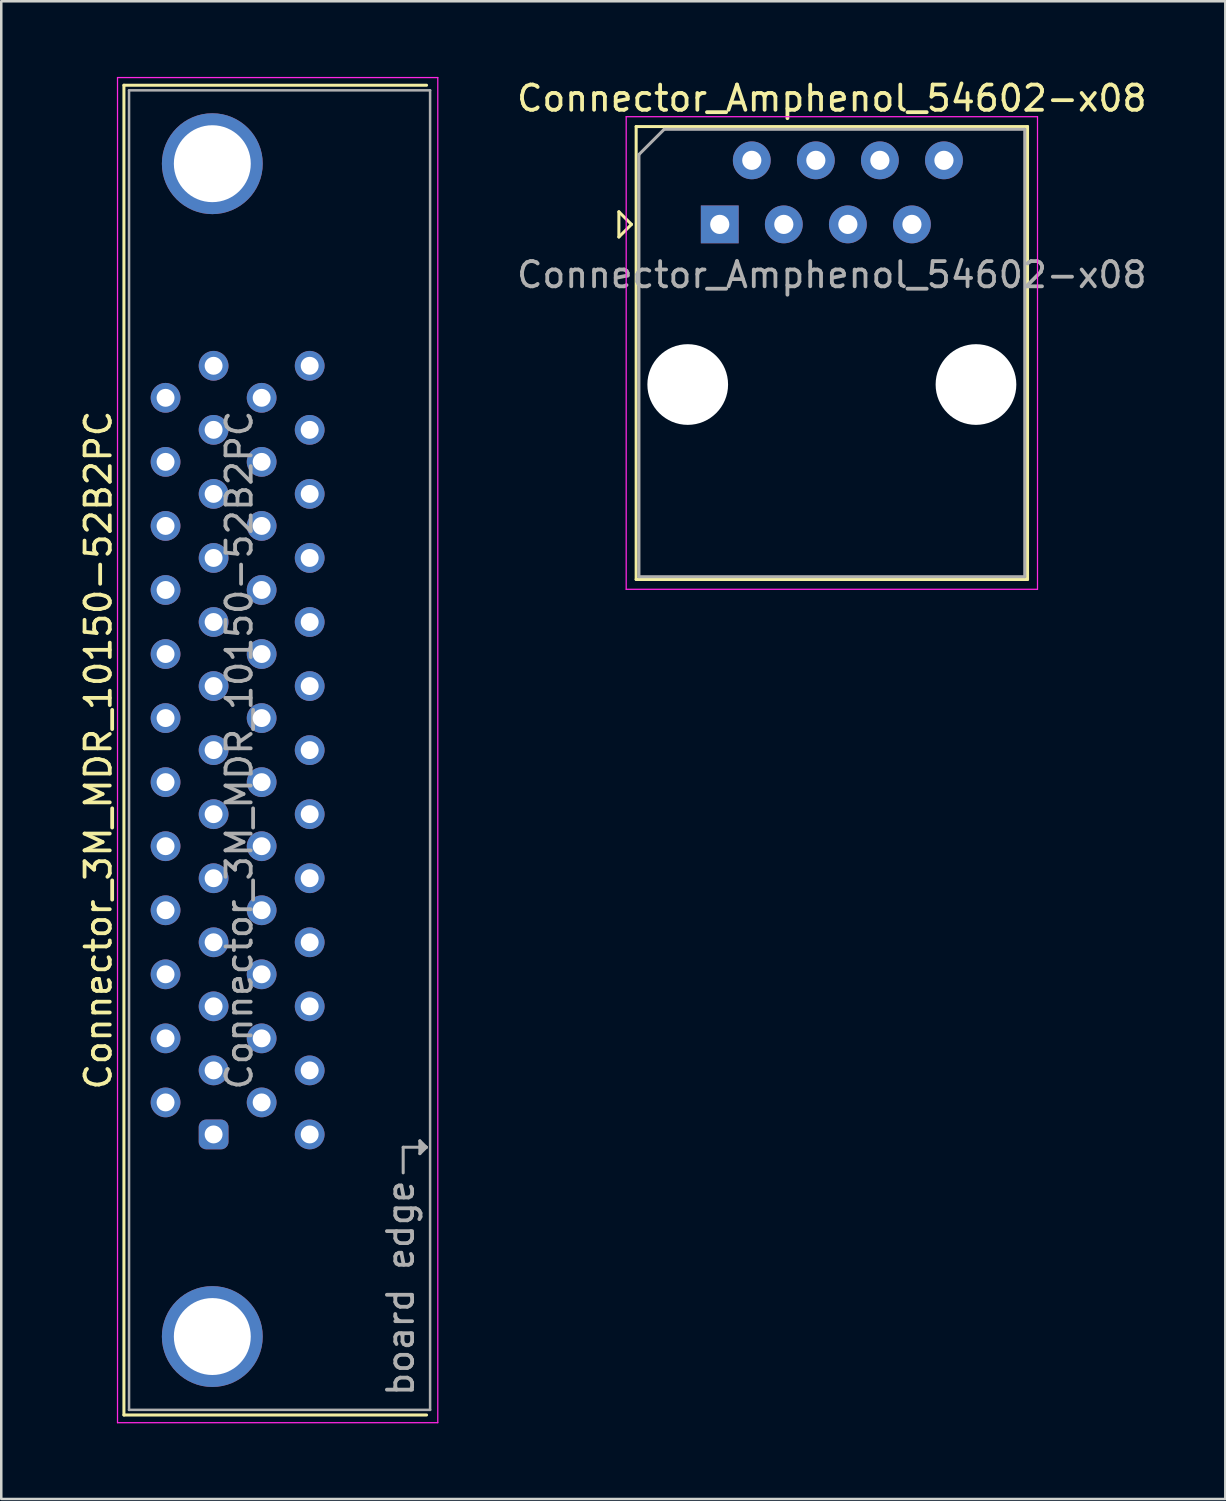
<source format=kicad_pcb>
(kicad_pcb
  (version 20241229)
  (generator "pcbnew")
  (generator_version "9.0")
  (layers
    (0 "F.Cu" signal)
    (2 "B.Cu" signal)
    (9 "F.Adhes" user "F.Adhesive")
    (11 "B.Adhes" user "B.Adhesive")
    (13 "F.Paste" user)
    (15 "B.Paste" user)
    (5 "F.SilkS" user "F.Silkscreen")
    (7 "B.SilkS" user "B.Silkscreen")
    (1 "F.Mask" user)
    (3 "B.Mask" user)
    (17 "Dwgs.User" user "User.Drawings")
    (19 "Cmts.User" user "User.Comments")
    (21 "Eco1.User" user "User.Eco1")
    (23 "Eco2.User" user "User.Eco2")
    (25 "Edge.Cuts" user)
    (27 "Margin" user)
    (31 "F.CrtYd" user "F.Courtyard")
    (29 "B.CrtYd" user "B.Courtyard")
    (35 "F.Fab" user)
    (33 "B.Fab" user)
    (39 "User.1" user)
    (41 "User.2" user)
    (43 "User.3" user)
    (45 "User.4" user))
  (footprint "Connector_Amphenol_54602-x08"
    (layer "F.Cu")
    (at 25.491 5.848)
    (property "Reference" "Connector_Amphenol_54602-x08" (at 4.445 -5 0) (layer "F.SilkS") (effects (font (size 1 1) (thickness 0.15))))
    (attr through_hole)
    (fp_line (start -4 -0.5) (end -4 0.5) (stroke (width 0.12) (type solid)) (layer "F.SilkS"))
    (fp_line (start -4 0.5) (end -3.5 0) (stroke (width 0.12) (type solid)) (layer "F.SilkS"))
    (fp_line (start -3.5 0) (end -4 -0.5) (stroke (width 0.12) (type solid)) (layer "F.SilkS"))
    (fp_line (start -3.315 -3.88) (end -3.315 14.08) (stroke (width 0.12) (type solid)) (layer "F.SilkS"))
    (fp_line (start -3.315 14.08) (end 12.205 14.08) (stroke (width 0.12) (type solid)) (layer "F.SilkS"))
    (fp_line (start 12.205 -3.88) (end -3.315 -3.88) (stroke (width 0.12) (type solid)) (layer "F.SilkS"))
    (fp_line (start 12.205 -3.88) (end 12.205 14.08) (stroke (width 0.12) (type solid)) (layer "F.SilkS"))
    (fp_line (start -3.71 -4.27) (end -3.71 14.47) (stroke (width 0.05) (type solid)) (layer "F.CrtYd"))
    (fp_line (start -3.71 -4.27) (end 12.6 -4.27) (stroke (width 0.05) (type solid)) (layer "F.CrtYd"))
    (fp_line (start 12.6 14.47) (end -3.71 14.47) (stroke (width 0.05) (type solid)) (layer "F.CrtYd"))
    (fp_line (start 12.6 14.47) (end 12.6 -4.27) (stroke (width 0.05) (type solid)) (layer "F.CrtYd"))
    (fp_line (start -3.205 -2.77) (end -2.205 -3.77) (stroke (width 0.12) (type solid)) (layer "F.Fab"))
    (fp_line (start -3.205 13.97) (end -3.205 -2.77) (stroke (width 0.12) (type solid)) (layer "F.Fab"))
    (fp_line (start -2.205 -3.77) (end 12.095 -3.77) (stroke (width 0.12) (type solid)) (layer "F.Fab"))
    (fp_line (start 12.095 -3.77) (end 12.095 13.97) (stroke (width 0.12) (type solid)) (layer "F.Fab"))
    (fp_line (start 12.095 13.97) (end -3.205 13.97) (stroke (width 0.12) (type solid)) (layer "F.Fab"))
    (fp_text user "${REFERENCE}" (at 4.445 2 0) (layer "F.Fab") (effects (font (size 1 1) (thickness 0.15))))
    (pad "" np_thru_hole circle (at -1.27 6.35) (size 3.2 3.2) (drill 3.2) (layers "*.Cu" "*.Mask"))
    (pad "" np_thru_hole circle (at 10.16 6.35) (size 3.2 3.2) (drill 3.2) (layers "*.Cu" "*.Mask"))
    (pad "1" thru_hole rect (at 0 0) (size 1.5 1.5) (drill 0.76) (layers "*.Cu" "*.Mask"))
    (pad "2" thru_hole circle (at 1.27 -2.54) (size 1.5 1.5) (drill 0.76) (layers "*.Cu" "*.Mask"))
    (pad "3" thru_hole circle (at 2.54 0) (size 1.5 1.5) (drill 0.76) (layers "*.Cu" "*.Mask"))
    (pad "4" thru_hole circle (at 3.81 -2.54) (size 1.5 1.5) (drill 0.76) (layers "*.Cu" "*.Mask"))
    (pad "5" thru_hole circle (at 5.08 0) (size 1.5 1.5) (drill 0.76) (layers "*.Cu" "*.Mask"))
    (pad "6" thru_hole circle (at 6.35 -2.54) (size 1.5 1.5) (drill 0.76) (layers "*.Cu" "*.Mask"))
    (pad "7" thru_hole circle (at 7.62 0) (size 1.5 1.5) (drill 0.76) (layers "*.Cu" "*.Mask"))
    (pad "8" thru_hole circle (at 8.89 -2.54) (size 1.5 1.5) (drill 0.76) (layers "*.Cu" "*.Mask")))
  (footprint "Connector_3M_MDR_10150-52B2PC"
    (layer "F.Cu")
    (at 5.42 41.935)
    (property "Reference" "Connector_3M_MDR_10150-52B2PC" (at -4.572 -15.24 90) (layer "F.SilkS") (effects (font (size 1 1) (thickness 0.15))))
    (attr through_hole)
    (fp_line (start -3.556 -41.605) (end -3.556 11.125) (stroke (width 0.12) (type solid)) (layer "F.SilkS"))
    (fp_line (start -3.556 -41.605) (end 8.445 -41.605) (stroke (width 0.12) (type solid)) (layer "F.SilkS"))
    (fp_line (start -3.556 11.125) (end 8.445 11.125) (stroke (width 0.12) (type solid)) (layer "F.SilkS"))
    (fp_line (start -3.81 -41.91) (end 8.89 -41.91) (stroke (width 0.05) (type solid)) (layer "F.CrtYd"))
    (fp_line (start -3.81 11.43) (end -3.81 -41.91) (stroke (width 0.05) (type solid)) (layer "F.CrtYd"))
    (fp_line (start 8.89 -41.91) (end 8.89 11.43) (stroke (width 0.05) (type solid)) (layer "F.CrtYd"))
    (fp_line (start 8.89 11.43) (end -3.81 11.43) (stroke (width 0.05) (type solid)) (layer "F.CrtYd"))
    (fp_line (start -3.353 -41.402) (end -3.353 10.922) (stroke (width 0.1) (type solid)) (layer "F.Fab"))
    (fp_line (start -3.353 -41.402) (end 8.585 -41.402) (stroke (width 0.1) (type solid)) (layer "F.Fab"))
    (fp_line (start 7.518 0.508) (end 8.433 0.508) (stroke (width 0.12) (type solid)) (layer "F.Fab"))
    (fp_line (start 7.518 1.524) (end 7.518 0.508) (stroke (width 0.12) (type solid)) (layer "F.Fab"))
    (fp_line (start 8.179 0.254) (end 8.179 0.762) (stroke (width 0.12) (type solid)) (layer "F.Fab"))
    (fp_line (start 8.179 0.762) (end 8.433 0.508) (stroke (width 0.12) (type solid)) (layer "F.Fab"))
    (fp_line (start 8.28 0.61) (end 8.28 0.406) (stroke (width 0.12) (type solid)) (layer "F.Fab"))
    (fp_line (start 8.433 0.508) (end 8.179 0.254) (stroke (width 0.12) (type solid)) (layer "F.Fab"))
    (fp_line (start 8.433 0.508) (end 8.28 0.61) (stroke (width 0.12) (type solid)) (layer "F.Fab"))
    (fp_line (start 8.585 -41.402) (end 8.585 10.922) (stroke (width 0.1) (type solid)) (layer "F.Fab"))
    (fp_line (start 8.585 10.922) (end -3.353 10.922) (stroke (width 0.1) (type solid)) (layer "F.Fab"))
    (fp_text user "${REFERENCE}" (at 1.016 -15.24 90) (layer "F.Fab") (effects (font (size 1 1) (thickness 0.15))))
    (fp_text user "board edge" (at 7.417 6.096 90) (layer "F.Fab") (effects (font (size 1 1) (thickness 0.15))))
    (pad "" thru_hole circle (at -0.051 -38.494) (size 4 4) (drill 3.05) (layers "*.Cu" "*.Mask"))
    (pad "" thru_hole circle (at -0.051 8.014) (size 4 4) (drill 3.05) (layers "*.Cu" "*.Mask"))
    (pad "1" thru_hole roundrect (at 0 0) (size 1.18 1.18) (drill 0.71) (layers "*.Cu" "*.Mask") (roundrect_rratio 0.25))
    (pad "2" thru_hole circle (at -1.905 -1.27) (size 1.18 1.18) (drill 0.71) (layers "*.Cu" "*.Mask"))
    (pad "3" thru_hole circle (at 0 -2.54) (size 1.18 1.18) (drill 0.71) (layers "*.Cu" "*.Mask"))
    (pad "4" thru_hole circle (at -1.905 -3.81) (size 1.18 1.18) (drill 0.71) (layers "*.Cu" "*.Mask"))
    (pad "5" thru_hole circle (at 0 -5.08) (size 1.18 1.18) (drill 0.71) (layers "*.Cu" "*.Mask"))
    (pad "6" thru_hole circle (at -1.905 -6.35) (size 1.18 1.18) (drill 0.71) (layers "*.Cu" "*.Mask"))
    (pad "7" thru_hole circle (at 0 -7.62) (size 1.18 1.18) (drill 0.71) (layers "*.Cu" "*.Mask"))
    (pad "8" thru_hole circle (at -1.905 -8.89) (size 1.18 1.18) (drill 0.71) (layers "*.Cu" "*.Mask"))
    (pad "9" thru_hole circle (at 0 -10.16) (size 1.18 1.18) (drill 0.71) (layers "*.Cu" "*.Mask"))
    (pad "10" thru_hole circle (at -1.905 -11.43) (size 1.18 1.18) (drill 0.71) (layers "*.Cu" "*.Mask"))
    (pad "11" thru_hole circle (at 0 -12.7) (size 1.18 1.18) (drill 0.71) (layers "*.Cu" "*.Mask"))
    (pad "12" thru_hole circle (at -1.905 -13.97) (size 1.18 1.18) (drill 0.71) (layers "*.Cu" "*.Mask"))
    (pad "13" thru_hole circle (at 0 -15.24) (size 1.18 1.18) (drill 0.71) (layers "*.Cu" "*.Mask"))
    (pad "14" thru_hole circle (at -1.905 -16.51) (size 1.18 1.18) (drill 0.71) (layers "*.Cu" "*.Mask"))
    (pad "15" thru_hole circle (at 0 -17.78) (size 1.18 1.18) (drill 0.71) (layers "*.Cu" "*.Mask"))
    (pad "16" thru_hole circle (at -1.905 -19.05) (size 1.18 1.18) (drill 0.71) (layers "*.Cu" "*.Mask"))
    (pad "17" thru_hole circle (at 0 -20.32) (size 1.18 1.18) (drill 0.71) (layers "*.Cu" "*.Mask"))
    (pad "18" thru_hole circle (at -1.905 -21.59) (size 1.18 1.18) (drill 0.71) (layers "*.Cu" "*.Mask"))
    (pad "19" thru_hole circle (at 0 -22.86) (size 1.18 1.18) (drill 0.71) (layers "*.Cu" "*.Mask"))
    (pad "20" thru_hole circle (at -1.905 -24.13) (size 1.18 1.18) (drill 0.71) (layers "*.Cu" "*.Mask"))
    (pad "21" thru_hole circle (at 0 -25.4) (size 1.18 1.18) (drill 0.71) (layers "*.Cu" "*.Mask"))
    (pad "22" thru_hole circle (at -1.905 -26.67) (size 1.18 1.18) (drill 0.71) (layers "*.Cu" "*.Mask"))
    (pad "23" thru_hole circle (at 0 -27.94) (size 1.18 1.18) (drill 0.71) (layers "*.Cu" "*.Mask"))
    (pad "24" thru_hole circle (at -1.905 -29.21) (size 1.18 1.18) (drill 0.71) (layers "*.Cu" "*.Mask"))
    (pad "25" thru_hole circle (at 0 -30.48) (size 1.18 1.18) (drill 0.71) (layers "*.Cu" "*.Mask"))
    (pad "26" thru_hole circle (at 3.81 0) (size 1.18 1.18) (drill 0.71) (layers "*.Cu" "*.Mask"))
    (pad "27" thru_hole circle (at 1.905 -1.27) (size 1.18 1.18) (drill 0.71) (layers "*.Cu" "*.Mask"))
    (pad "28" thru_hole circle (at 3.81 -2.54) (size 1.18 1.18) (drill 0.71) (layers "*.Cu" "*.Mask"))
    (pad "29" thru_hole circle (at 1.905 -3.81) (size 1.18 1.18) (drill 0.71) (layers "*.Cu" "*.Mask"))
    (pad "30" thru_hole circle (at 3.81 -5.08) (size 1.18 1.18) (drill 0.71) (layers "*.Cu" "*.Mask"))
    (pad "31" thru_hole circle (at 1.905 -6.35) (size 1.18 1.18) (drill 0.71) (layers "*.Cu" "*.Mask"))
    (pad "32" thru_hole circle (at 3.81 -7.62) (size 1.18 1.18) (drill 0.71) (layers "*.Cu" "*.Mask"))
    (pad "33" thru_hole circle (at 1.905 -8.89) (size 1.18 1.18) (drill 0.71) (layers "*.Cu" "*.Mask"))
    (pad "34" thru_hole circle (at 3.81 -10.16) (size 1.18 1.18) (drill 0.71) (layers "*.Cu" "*.Mask"))
    (pad "35" thru_hole circle (at 1.905 -11.43) (size 1.18 1.18) (drill 0.71) (layers "*.Cu" "*.Mask"))
    (pad "36" thru_hole circle (at 3.81 -12.7) (size 1.18 1.18) (drill 0.71) (layers "*.Cu" "*.Mask"))
    (pad "37" thru_hole circle (at 1.905 -13.97) (size 1.18 1.18) (drill 0.71) (layers "*.Cu" "*.Mask"))
    (pad "38" thru_hole circle (at 3.81 -15.24) (size 1.18 1.18) (drill 0.71) (layers "*.Cu" "*.Mask"))
    (pad "39" thru_hole circle (at 1.905 -16.51) (size 1.18 1.18) (drill 0.71) (layers "*.Cu" "*.Mask"))
    (pad "40" thru_hole circle (at 3.81 -17.78) (size 1.18 1.18) (drill 0.71) (layers "*.Cu" "*.Mask"))
    (pad "41" thru_hole circle (at 1.905 -19.05) (size 1.18 1.18) (drill 0.71) (layers "*.Cu" "*.Mask"))
    (pad "42" thru_hole circle (at 3.81 -20.32) (size 1.18 1.18) (drill 0.71) (layers "*.Cu" "*.Mask"))
    (pad "43" thru_hole circle (at 1.905 -21.59) (size 1.18 1.18) (drill 0.71) (layers "*.Cu" "*.Mask"))
    (pad "44" thru_hole circle (at 3.81 -22.86) (size 1.18 1.18) (drill 0.71) (layers "*.Cu" "*.Mask"))
    (pad "45" thru_hole circle (at 1.905 -24.13) (size 1.18 1.18) (drill 0.71) (layers "*.Cu" "*.Mask"))
    (pad "46" thru_hole circle (at 3.81 -25.4) (size 1.18 1.18) (drill 0.71) (layers "*.Cu" "*.Mask"))
    (pad "47" thru_hole circle (at 1.905 -26.67) (size 1.18 1.18) (drill 0.71) (layers "*.Cu" "*.Mask"))
    (pad "48" thru_hole circle (at 3.81 -27.94) (size 1.18 1.18) (drill 0.71) (layers "*.Cu" "*.Mask"))
    (pad "49" thru_hole circle (at 1.905 -29.21) (size 1.18 1.18) (drill 0.71) (layers "*.Cu" "*.Mask"))
    (pad "50" thru_hole circle (at 3.81 -30.48) (size 1.18 1.18) (drill 0.71) (layers "*.Cu" "*.Mask")))
  (gr_rect
    (start -3 -3)
    (end 45.538 56.39)
    (stroke (width 0.1) (type default))
    (fill no)
    (layer "Edge.Cuts")))
</source>
